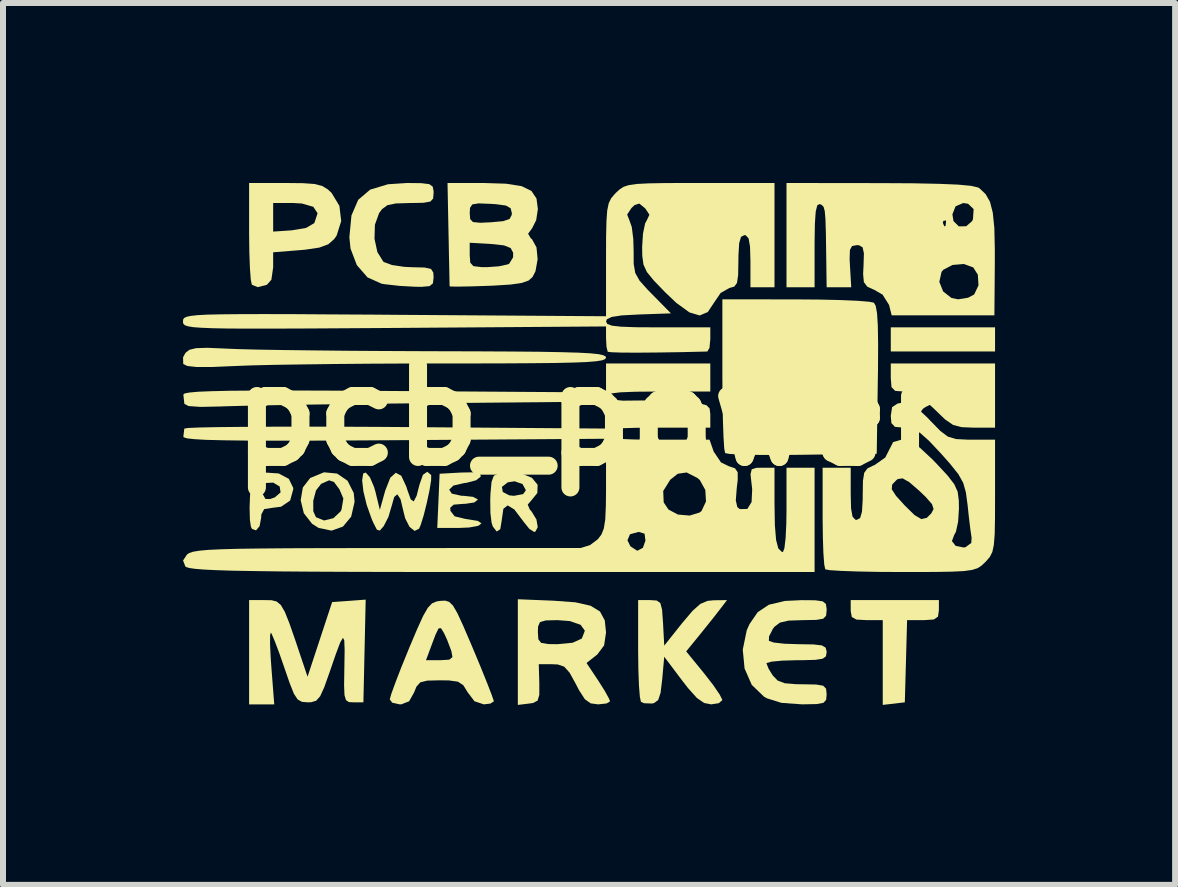
<source format=kicad_pcb>
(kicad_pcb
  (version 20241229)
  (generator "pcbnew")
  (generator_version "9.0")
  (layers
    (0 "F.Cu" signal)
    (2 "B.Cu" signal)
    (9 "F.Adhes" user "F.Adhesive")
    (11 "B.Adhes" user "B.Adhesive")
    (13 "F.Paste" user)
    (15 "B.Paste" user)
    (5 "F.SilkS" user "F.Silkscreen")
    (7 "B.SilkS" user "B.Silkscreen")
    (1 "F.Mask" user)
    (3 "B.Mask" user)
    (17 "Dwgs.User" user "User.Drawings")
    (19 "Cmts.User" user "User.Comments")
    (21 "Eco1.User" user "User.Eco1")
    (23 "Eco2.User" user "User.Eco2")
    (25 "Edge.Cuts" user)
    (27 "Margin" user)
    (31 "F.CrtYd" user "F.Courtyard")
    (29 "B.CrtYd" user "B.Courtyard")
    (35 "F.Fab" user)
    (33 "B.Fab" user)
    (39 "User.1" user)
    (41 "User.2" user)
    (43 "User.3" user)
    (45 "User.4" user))
  (footprint "pcb_power"
    (layer "F.Cu")
    (at 6.784 3.877)
    (property "Reference" "pcb_power" (at 0 0 0) (layer "F.SilkS") (effects (font (size 1.524 1.524) (thickness 0.3))))
    (attr board_only exclude_from_pos_files exclude_from_bom)
    (fp_poly (pts (xy 6.751 -1.069) (xy 5.013 -1.069) (xy 5.013 -1.471) (xy 6.751 -1.471)) (stroke (width 0) (type solid)) (fill yes) (layer "F.SilkS"))
    (fp_poly (pts (xy 6.751 0.201) (xy 6.397 0.201) (xy 6.194 0.193) (xy 6.051 0.155) (xy 5.917 0.063) (xy 5.748 -0.1) (xy 5.554 -0.28) (xy 5.398 -0.373) (xy 5.243 -0.401) (xy 5.233 -0.401) (xy 5.086 -0.412) (xy 5.025 -0.474) (xy 5.013 -0.626) (xy 5.013 -0.635) (xy 5.013 -0.869) (xy 6.751 -0.869)) (stroke (width 0) (type solid)) (fill yes) (layer "F.SilkS"))
    (fp_poly (pts (xy 5.815 3.242) (xy 5.8 3.35) (xy 5.731 3.398) (xy 5.569 3.409) (xy 5.55 3.409) (xy 5.285 3.409) (xy 5.266 4.094) (xy 5.247 4.779) (xy 4.879 4.822) (xy 4.879 3.409) (xy 4.612 3.409) (xy 4.44 3.4) (xy 4.363 3.357) (xy 4.345 3.256) (xy 4.345 3.242) (xy 4.345 3.075) (xy 5.815 3.075)) (stroke (width 0) (type solid)) (fill yes) (layer "F.SilkS"))
    (fp_poly (pts (xy 3.426 -1.937) (xy 3.82 -1.934) (xy 4.171 -1.926) (xy 4.455 -1.914) (xy 4.65 -1.898) (xy 4.731 -1.882) (xy 4.762 -1.829) (xy 4.784 -1.706) (xy 4.797 -1.499) (xy 4.802 -1.193) (xy 4.8 -0.773) (xy 4.797 -0.597) (xy 4.779 0.635) (xy 3.538 0.653) (xy 3.144 0.657) (xy 2.796 0.655) (xy 2.517 0.649) (xy 2.328 0.639) (xy 2.252 0.625) (xy 2.237 0.547) (xy 2.225 0.357) (xy 2.215 0.076) (xy 2.208 -0.274) (xy 2.206 -0.671) (xy 2.206 -0.68) (xy 2.206 -1.938)) (stroke (width 0) (type solid)) (fill yes) (layer "F.SilkS"))
    (fp_poly (pts (xy -4.216 0.966) (xy -4.041 1.086) (xy -3.938 1.29) (xy -3.924 1.437) (xy -3.981 1.685) (xy -4.118 1.85) (xy -4.308 1.917) (xy -4.524 1.872) (xy -4.632 1.804) (xy -4.77 1.627) (xy -4.82 1.42) (xy -4.613 1.42) (xy -4.612 1.595) (xy -4.568 1.693) (xy -4.432 1.748) (xy -4.277 1.71) (xy -4.157 1.597) (xy -4.141 1.562) (xy -4.111 1.382) (xy -4.177 1.228) (xy -4.269 1.105) (xy -4.349 1.079) (xy -4.475 1.134) (xy -4.483 1.139) (xy -4.567 1.247) (xy -4.613 1.42) (xy -4.82 1.42) (xy -4.822 1.41) (xy -4.787 1.199) (xy -4.664 1.04) (xy -4.434 0.945)) (stroke (width 0) (type solid)) (fill yes) (layer "F.SilkS"))
    (fp_poly (pts (xy -1.833 0.967) (xy -1.82 1.016) (xy -1.899 1.078) (xy -2.058 1.12) (xy -2.094 1.124) (xy -2.277 1.166) (xy -2.347 1.235) (xy -2.303 1.301) (xy -2.144 1.336) (xy -2.106 1.337) (xy -1.951 1.354) (xy -1.874 1.395) (xy -1.872 1.404) (xy -1.93 1.448) (xy -2.075 1.47) (xy -2.11 1.471) (xy -2.271 1.484) (xy -2.329 1.534) (xy -2.327 1.587) (xy -2.256 1.679) (xy -2.075 1.723) (xy -2.055 1.725) (xy -1.871 1.755) (xy -1.809 1.796) (xy -1.86 1.836) (xy -2.014 1.865) (xy -2.175 1.872) (xy -2.546 1.872) (xy -2.526 1.42) (xy -2.507 0.969) (xy -2.149 0.949) (xy -1.936 0.945)) (stroke (width 0) (type solid)) (fill yes) (layer "F.SilkS"))
    (fp_poly (pts (xy -5.19 0.964) (xy -5.02 1.054) (xy -4.947 1.204) (xy -4.946 1.226) (xy -4.998 1.416) (xy -5.15 1.519) (xy -5.294 1.537) (xy -5.431 1.559) (xy -5.478 1.646) (xy -5.481 1.701) (xy -5.507 1.842) (xy -5.567 1.913) (xy -5.633 1.889) (xy -5.652 1.852) (xy -5.669 1.736) (xy -5.674 1.537) (xy -5.668 1.363) (xy -5.659 1.221) (xy -5.473 1.221) (xy -5.456 1.307) (xy -5.41 1.389) (xy -5.333 1.391) (xy -5.253 1.363) (xy -5.157 1.28) (xy -5.173 1.181) (xy -5.28 1.117) (xy -5.421 1.124) (xy -5.473 1.221) (xy -5.659 1.221) (xy -5.654 1.143) (xy -5.626 1.023) (xy -5.567 0.971) (xy -5.457 0.951) (xy -5.434 0.948)) (stroke (width 0) (type solid)) (fill yes) (layer "F.SilkS"))
    (fp_poly (pts (xy -4.784 -3.874) (xy -4.59 -3.86) (xy -4.463 -3.827) (xy -4.37 -3.77) (xy -4.308 -3.713) (xy -4.177 -3.496) (xy -4.147 -3.242) (xy -4.223 -3.001) (xy -4.264 -2.942) (xy -4.363 -2.855) (xy -4.513 -2.8) (xy -4.75 -2.765) (xy -4.832 -2.758) (xy -5.281 -2.722) (xy -5.281 -2.471) (xy -5.311 -2.264) (xy -5.386 -2.18) (xy -5.539 -2.141) (xy -5.634 -2.18) (xy -5.637 -2.184) (xy -5.654 -2.264) (xy -5.668 -2.451) (xy -5.678 -2.716) (xy -5.682 -3.034) (xy -5.682 -3.052) (xy -5.682 -3.067) (xy -5.281 -3.067) (xy -4.97 -3.088) (xy -4.733 -3.128) (xy -4.599 -3.206) (xy -4.592 -3.216) (xy -4.541 -3.373) (xy -4.612 -3.48) (xy -4.802 -3.535) (xy -4.944 -3.543) (xy -5.281 -3.543) (xy -5.281 -3.067) (xy -5.682 -3.067) (xy -5.682 -3.877) (xy -5.077 -3.877)) (stroke (width 0) (type solid)) (fill yes) (layer "F.SilkS"))
    (fp_poly (pts (xy -2.812 -3.874) (xy -2.68 -3.858) (xy -2.622 -3.817) (xy -2.607 -3.741) (xy -2.607 -3.71) (xy -2.615 -3.617) (xy -2.662 -3.567) (xy -2.778 -3.547) (xy -2.995 -3.543) (xy -3.006 -3.543) (xy -3.238 -3.536) (xy -3.377 -3.507) (xy -3.467 -3.441) (xy -3.516 -3.374) (xy -3.585 -3.182) (xy -3.592 -2.947) (xy -3.544 -2.725) (xy -3.447 -2.569) (xy -3.434 -2.559) (xy -3.302 -2.51) (xy -3.094 -2.479) (xy -2.962 -2.473) (xy -2.756 -2.468) (xy -2.65 -2.444) (xy -2.612 -2.384) (xy -2.607 -2.306) (xy -2.618 -2.205) (xy -2.674 -2.158) (xy -2.81 -2.146) (xy -2.924 -2.148) (xy -3.175 -2.162) (xy -3.415 -2.189) (xy -3.473 -2.198) (xy -3.708 -2.303) (xy -3.887 -2.509) (xy -3.992 -2.785) (xy -4.011 -2.974) (xy -3.976 -3.336) (xy -3.864 -3.596) (xy -3.665 -3.766) (xy -3.367 -3.856) (xy -3.048 -3.877)) (stroke (width 0) (type solid)) (fill yes) (layer "F.SilkS"))
    (fp_poly (pts (xy -2.647 0.991) (xy -2.648 1.075) (xy -2.675 1.244) (xy -2.72 1.454) (xy -2.772 1.662) (xy -2.823 1.825) (xy -2.849 1.885) (xy -2.923 1.922) (xy -3.008 1.855) (xy -3.081 1.712) (xy -3.109 1.599) (xy -3.158 1.394) (xy -3.212 1.312) (xy -3.264 1.357) (xy -3.302 1.493) (xy -3.36 1.689) (xy -3.439 1.843) (xy -3.503 1.916) (xy -3.552 1.902) (xy -3.612 1.785) (xy -3.637 1.728) (xy -3.722 1.489) (xy -3.777 1.263) (xy -3.798 1.079) (xy -3.781 0.966) (xy -3.738 0.949) (xy -3.669 1.027) (xy -3.599 1.19) (xy -3.575 1.275) (xy -3.503 1.571) (xy -3.413 1.25) (xy -3.329 1.035) (xy -3.237 0.953) (xy -3.146 1.002) (xy -3.061 1.185) (xy -3.045 1.237) (xy -2.988 1.396) (xy -2.939 1.431) (xy -2.89 1.337) (xy -2.843 1.153) (xy -2.785 0.987) (xy -2.712 0.936)) (stroke (width 0) (type solid)) (fill yes) (layer "F.SilkS"))
    (fp_poly (pts (xy -1.146 0.963) (xy -0.968 1.037) (xy -0.873 1.153) (xy -0.878 1.29) (xy -0.971 1.405) (xy -1.038 1.483) (xy -1.005 1.563) (xy -0.971 1.602) (xy -0.893 1.732) (xy -0.871 1.858) (xy -0.91 1.933) (xy -0.934 1.938) (xy -1.012 1.887) (xy -1.111 1.764) (xy -1.117 1.755) (xy -1.262 1.564) (xy -1.373 1.497) (xy -1.444 1.553) (xy -1.47 1.733) (xy -1.471 1.742) (xy -1.496 1.894) (xy -1.555 1.932) (xy -1.62 1.849) (xy -1.641 1.784) (xy -1.66 1.624) (xy -1.663 1.401) (xy -1.659 1.299) (xy -1.649 1.188) (xy -1.468 1.188) (xy -1.454 1.273) (xy -1.346 1.329) (xy -1.27 1.337) (xy -1.115 1.309) (xy -1.069 1.244) (xy -1.125 1.141) (xy -1.256 1.095) (xy -1.37 1.112) (xy -1.468 1.188) (xy -1.649 1.188) (xy -1.641 1.103) (xy -1.604 1.003) (xy -1.518 0.963) (xy -1.39 0.949)) (stroke (width 0) (type solid)) (fill yes) (layer "F.SilkS"))
    (fp_poly (pts (xy 1.111 3.082) (xy 1.172 3.124) (xy 1.201 3.234) (xy 1.216 3.444) (xy 1.217 3.454) (xy 1.237 3.834) (xy 1.537 3.457) (xy 1.709 3.254) (xy 1.838 3.139) (xy 1.958 3.088) (xy 2.061 3.078) (xy 2.284 3.075) (xy 2.161 3.235) (xy 2.045 3.384) (xy 1.891 3.576) (xy 1.821 3.663) (xy 1.603 3.93) (xy 1.905 4.3) (xy 2.054 4.492) (xy 2.161 4.649) (xy 2.206 4.739) (xy 2.206 4.741) (xy 2.148 4.793) (xy 2.02 4.813) (xy 1.902 4.79) (xy 1.782 4.707) (xy 1.634 4.542) (xy 1.536 4.416) (xy 1.237 4.019) (xy 1.203 4.399) (xy 1.176 4.621) (xy 1.136 4.741) (xy 1.068 4.791) (xy 1.033 4.799) (xy 0.9 4.794) (xy 0.849 4.771) (xy 0.831 4.689) (xy 0.816 4.502) (xy 0.806 4.235) (xy 0.802 3.917) (xy 0.802 3.899) (xy 0.802 3.075) (xy 0.999 3.075)) (stroke (width 0) (type solid)) (fill yes) (layer "F.SilkS"))
    (fp_poly (pts (xy -6.093 -1.118) (xy -6.052 -1.116) (xy -5.853 -1.108) (xy -5.539 -1.1) (xy -5.127 -1.093) (xy -4.635 -1.087) (xy -4.08 -1.081) (xy -3.481 -1.077) (xy -2.854 -1.074) (xy -2.59 -1.073) (xy -1.889 -1.071) (xy -1.31 -1.068) (xy -0.842 -1.064) (xy -0.475 -1.057) (xy -0.195 -1.049) (xy 0.006 -1.038) (xy 0.142 -1.024) (xy 0.223 -1.006) (xy 0.261 -0.985) (xy 0.267 -0.968) (xy 0.253 -0.943) (xy 0.203 -0.922) (xy 0.105 -0.906) (xy -0.052 -0.893) (xy -0.28 -0.884) (xy -0.59 -0.877) (xy -0.995 -0.873) (xy -1.505 -0.87) (xy -2.132 -0.869) (xy -2.429 -0.869) (xy -3.055 -0.868) (xy -3.672 -0.865) (xy -4.258 -0.86) (xy -4.795 -0.853) (xy -5.262 -0.846) (xy -5.638 -0.837) (xy -5.903 -0.827) (xy -5.928 -0.826) (xy -6.302 -0.81) (xy -6.558 -0.81) (xy -6.712 -0.827) (xy -6.779 -0.86) (xy -6.78 -0.862) (xy -6.783 -0.972) (xy -6.742 -1.046) (xy -6.677 -1.097) (xy -6.565 -1.124) (xy -6.38 -1.13)) (stroke (width 0) (type solid)) (fill yes) (layer "F.SilkS"))
    (fp_poly (pts (xy -3.777 4.779) (xy -3.942 4.779) (xy -4.019 4.775) (xy -4.067 4.743) (xy -4.092 4.66) (xy -4.099 4.499) (xy -4.095 4.235) (xy -4.094 4.178) (xy -4.09 3.905) (xy -4.096 3.746) (xy -4.118 3.704) (xy -4.163 3.78) (xy -4.238 3.979) (xy -4.341 4.278) (xy -4.43 4.529) (xy -4.498 4.678) (xy -4.564 4.752) (xy -4.647 4.777) (xy -4.706 4.779) (xy -4.802 4.771) (xy -4.873 4.731) (xy -4.936 4.635) (xy -5.007 4.456) (xy -5.089 4.218) (xy -5.178 3.962) (xy -5.255 3.758) (xy -5.307 3.636) (xy -5.319 3.616) (xy -5.332 3.66) (xy -5.333 3.81) (xy -5.322 4.039) (xy -5.311 4.194) (xy -5.263 4.813) (xy -5.682 4.813) (xy -5.682 3.075) (xy -5.42 3.075) (xy -5.308 3.077) (xy -5.224 3.098) (xy -5.154 3.156) (xy -5.087 3.27) (xy -5.011 3.46) (xy -4.912 3.744) (xy -4.827 3.998) (xy -4.708 4.352) (xy -4.503 3.73) (xy -4.298 3.108) (xy -4.018 3.088) (xy -3.739 3.067)) (stroke (width 0) (type solid)) (fill yes) (layer "F.SilkS"))
    (fp_poly (pts (xy -0.609 3.085) (xy -0.243 3.112) (xy 0.009 3.169) (xy 0.166 3.265) (xy 0.246 3.413) (xy 0.267 3.615) (xy 0.235 3.83) (xy 0.123 3.98) (xy 0.105 3.995) (xy -0.058 4.123) (xy 0.138 4.418) (xy 0.248 4.592) (xy 0.319 4.722) (xy 0.334 4.763) (xy 0.276 4.798) (xy 0.136 4.813) (xy 0.135 4.813) (xy 0.01 4.796) (xy -0.086 4.727) (xy -0.184 4.575) (xy -0.234 4.478) (xy -0.34 4.285) (xy -0.43 4.185) (xy -0.537 4.148) (xy -0.629 4.144) (xy -0.854 4.144) (xy -0.845 4.462) (xy -0.845 4.654) (xy -0.874 4.751) (xy -0.95 4.79) (xy -1.019 4.8) (xy -1.203 4.822) (xy -1.203 3.609) (xy -0.869 3.609) (xy -0.861 3.729) (xy -0.815 3.788) (xy -0.696 3.808) (xy -0.543 3.81) (xy -0.291 3.786) (xy -0.142 3.719) (xy -0.134 3.71) (xy -0.086 3.585) (xy -0.157 3.487) (xy -0.334 3.425) (xy -0.543 3.409) (xy -0.738 3.414) (xy -0.834 3.442) (xy -0.866 3.516) (xy -0.869 3.609) (xy -1.203 3.609) (xy -1.203 3.061)) (stroke (width 0) (type solid)) (fill yes) (layer "F.SilkS"))
    (fp_poly (pts (xy -2.347 3.105) (xy -2.283 3.168) (xy -2.21 3.294) (xy -2.115 3.5) (xy -1.983 3.807) (xy -1.948 3.89) (xy -1.82 4.197) (xy -1.714 4.46) (xy -1.639 4.654) (xy -1.604 4.755) (xy -1.603 4.763) (xy -1.661 4.8) (xy -1.77 4.813) (xy -1.926 4.761) (xy -2.039 4.612) (xy -2.111 4.495) (xy -2.201 4.435) (xy -2.351 4.414) (xy -2.502 4.412) (xy -2.712 4.417) (xy -2.829 4.446) (xy -2.893 4.518) (xy -2.931 4.612) (xy -3.015 4.762) (xy -3.144 4.812) (xy -3.172 4.813) (xy -3.297 4.785) (xy -3.338 4.729) (xy -3.312 4.638) (xy -3.244 4.451) (xy -3.145 4.194) (xy -3.097 4.077) (xy -2.734 4.077) (xy -2.499 4.077) (xy -2.345 4.068) (xy -2.293 4.025) (xy -2.31 3.927) (xy -2.38 3.742) (xy -2.433 3.626) (xy -2.483 3.544) (xy -2.523 3.546) (xy -2.573 3.647) (xy -2.622 3.776) (xy -2.734 4.077) (xy -3.097 4.077) (xy -3.023 3.895) (xy -3.016 3.877) (xy -2.88 3.556) (xy -2.781 3.338) (xy -2.703 3.203) (xy -2.634 3.13) (xy -2.559 3.098) (xy -2.496 3.088) (xy -2.413 3.084)) (stroke (width 0) (type solid)) (fill yes) (layer "F.SilkS"))
    (fp_poly (pts (xy 3.754 3.078) (xy 3.879 3.096) (xy 3.932 3.14) (xy 3.944 3.224) (xy 3.944 3.242) (xy 3.935 3.335) (xy 3.888 3.385) (xy 3.772 3.405) (xy 3.554 3.409) (xy 3.546 3.409) (xy 3.309 3.417) (xy 3.166 3.45) (xy 3.075 3.519) (xy 3.048 3.554) (xy 2.984 3.68) (xy 2.981 3.754) (xy 3.061 3.782) (xy 3.236 3.802) (xy 3.471 3.81) (xy 3.48 3.81) (xy 3.724 3.814) (xy 3.864 3.83) (xy 3.928 3.868) (xy 3.944 3.935) (xy 3.944 3.944) (xy 3.932 4.012) (xy 3.878 4.052) (xy 3.754 4.071) (xy 3.533 4.077) (xy 3.442 4.077) (xy 3.203 4.084) (xy 3.025 4.101) (xy 2.943 4.124) (xy 2.941 4.129) (xy 2.976 4.218) (xy 3.045 4.33) (xy 3.127 4.416) (xy 3.245 4.461) (xy 3.439 4.477) (xy 3.546 4.478) (xy 3.767 4.482) (xy 3.886 4.502) (xy 3.934 4.551) (xy 3.944 4.642) (xy 3.944 4.646) (xy 3.936 4.737) (xy 3.891 4.787) (xy 3.779 4.808) (xy 3.569 4.812) (xy 3.526 4.812) (xy 3.191 4.788) (xy 2.948 4.712) (xy 2.9 4.685) (xy 2.696 4.488) (xy 2.576 4.215) (xy 2.546 3.901) (xy 2.612 3.579) (xy 2.657 3.477) (xy 2.794 3.277) (xy 2.982 3.152) (xy 3.248 3.089) (xy 3.526 3.076)) (stroke (width 0) (type solid)) (fill yes) (layer "F.SilkS"))
    (fp_poly (pts (xy -1.397 -3.865) (xy -1.139 -3.824) (xy -0.976 -3.744) (xy -0.892 -3.618) (xy -0.869 -3.443) (xy -0.897 -3.258) (xy -0.965 -3.122) (xy -0.967 -3.12) (xy -1.032 -3.031) (xy -0.989 -2.958) (xy -0.967 -2.94) (xy -0.892 -2.804) (xy -0.873 -2.606) (xy -0.909 -2.406) (xy -0.958 -2.31) (xy -1.024 -2.251) (xy -1.138 -2.211) (xy -1.327 -2.184) (xy -1.616 -2.166) (xy -1.693 -2.163) (xy -1.969 -2.154) (xy -2.186 -2.15) (xy -2.316 -2.151) (xy -2.34 -2.155) (xy -2.342 -2.224) (xy -2.345 -2.402) (xy -2.351 -2.661) (xy -2.355 -2.881) (xy -2.005 -2.881) (xy -2.005 -2.677) (xy -1.996 -2.549) (xy -1.944 -2.491) (xy -1.81 -2.475) (xy -1.721 -2.474) (xy -1.522 -2.488) (xy -1.373 -2.52) (xy -1.347 -2.532) (xy -1.282 -2.638) (xy -1.281 -2.715) (xy -1.323 -2.793) (xy -1.433 -2.837) (xy -1.643 -2.86) (xy -1.655 -2.861) (xy -2.005 -2.881) (xy -2.355 -2.881) (xy -2.357 -2.977) (xy -2.358 -3.025) (xy -2.365 -3.376) (xy -2.005 -3.376) (xy -1.997 -3.275) (xy -1.951 -3.226) (xy -1.832 -3.214) (xy -1.654 -3.222) (xy -1.447 -3.241) (xy -1.341 -3.277) (xy -1.305 -3.344) (xy -1.303 -3.376) (xy -1.323 -3.456) (xy -1.401 -3.501) (xy -1.571 -3.524) (xy -1.654 -3.529) (xy -1.858 -3.537) (xy -1.962 -3.52) (xy -2 -3.463) (xy -2.005 -3.376) (xy -2.365 -3.376) (xy -2.375 -3.877) (xy -1.77 -3.877)) (stroke (width 0) (type solid)) (fill yes) (layer "F.SilkS"))
    (fp_poly (pts (xy 4.829 -3.875) (xy 5.385 -3.872) (xy 5.816 -3.863) (xy 6.134 -3.85) (xy 6.347 -3.83) (xy 6.466 -3.803) (xy 6.489 -3.791) (xy 6.594 -3.691) (xy 6.667 -3.563) (xy 6.713 -3.382) (xy 6.739 -3.127) (xy 6.747 -2.773) (xy 6.747 -2.542) (xy 6.74 -1.671) (xy 5.028 -1.671) (xy 4.984 -1.845) (xy 4.876 -2.016) (xy 4.74 -2.095) (xy 4.621 -2.149) (xy 4.565 -2.224) (xy 4.564 -2.229) (xy 5.822 -2.229) (xy 5.886 -2.069) (xy 6.024 -1.961) (xy 6.135 -1.938) (xy 6.302 -1.965) (xy 6.403 -2.019) (xy 6.475 -2.171) (xy 6.464 -2.349) (xy 6.387 -2.47) (xy 6.231 -2.527) (xy 6.043 -2.511) (xy 5.889 -2.431) (xy 5.859 -2.395) (xy 5.822 -2.229) (xy 4.564 -2.229) (xy 4.552 -2.36) (xy 4.559 -2.506) (xy 4.565 -2.705) (xy 4.543 -2.805) (xy 4.484 -2.839) (xy 4.445 -2.841) (xy 4.368 -2.826) (xy 4.332 -2.761) (xy 4.327 -2.613) (xy 4.333 -2.49) (xy 4.354 -2.139) (xy 3.944 -2.139) (xy 3.936 -2.724) (xy 3.931 -3.054) (xy 3.926 -3.208) (xy 5.882 -3.208) (xy 5.907 -3.153) (xy 5.927 -3.164) (xy 5.935 -3.243) (xy 5.927 -3.253) (xy 5.887 -3.244) (xy 5.882 -3.208) (xy 3.926 -3.208) (xy 3.924 -3.274) (xy 3.917 -3.355) (xy 6.04 -3.355) (xy 6.058 -3.242) (xy 6.147 -3.154) (xy 6.27 -3.156) (xy 6.369 -3.242) (xy 6.383 -3.275) (xy 6.394 -3.442) (xy 6.301 -3.531) (xy 6.22 -3.543) (xy 6.093 -3.488) (xy 6.04 -3.355) (xy 3.917 -3.355) (xy 3.913 -3.407) (xy 3.893 -3.479) (xy 3.862 -3.511) (xy 3.827 -3.526) (xy 3.788 -3.505) (xy 3.762 -3.402) (xy 3.748 -3.199) (xy 3.743 -2.881) (xy 3.743 -2.846) (xy 3.743 -2.139) (xy 3.275 -2.139) (xy 3.275 -3.877)) (stroke (width 0) (type solid)) (fill yes) (layer "F.SilkS"))
    (fp_poly (pts (xy 5.319 -0.203) (xy 5.451 -0.128) (xy 5.622 0.032) (xy 5.671 0.084) (xy 5.838 0.255) (xy 5.964 0.35) (xy 6.1 0.391) (xy 6.294 0.401) (xy 6.359 0.401) (xy 6.751 0.401) (xy 6.751 1.34) (xy 6.75 1.713) (xy 6.745 1.976) (xy 6.731 2.154) (xy 6.706 2.272) (xy 6.665 2.354) (xy 6.605 2.424) (xy 6.587 2.443) (xy 6.525 2.501) (xy 6.46 2.543) (xy 6.37 2.572) (xy 6.235 2.591) (xy 6.034 2.601) (xy 5.748 2.606) (xy 5.355 2.607) (xy 5.194 2.607) (xy 4.802 2.605) (xy 4.457 2.598) (xy 4.18 2.588) (xy 3.994 2.576) (xy 3.921 2.562) (xy 3.904 2.482) (xy 3.89 2.295) (xy 3.881 2.029) (xy 3.877 1.712) (xy 3.877 1.693) (xy 3.877 0.869) (xy 4.345 0.869) (xy 4.345 1.303) (xy 4.351 1.547) (xy 4.375 1.683) (xy 4.422 1.735) (xy 4.445 1.738) (xy 4.502 1.708) (xy 4.533 1.602) (xy 4.545 1.395) (xy 4.545 1.318) (xy 4.547 1.227) (xy 5.029 1.227) (xy 5.1 1.337) (xy 5.243 1.495) (xy 5.409 1.658) (xy 5.523 1.725) (xy 5.613 1.704) (xy 5.688 1.63) (xy 5.726 1.558) (xy 5.7 1.476) (xy 5.595 1.356) (xy 5.492 1.257) (xy 5.321 1.109) (xy 5.21 1.046) (xy 5.132 1.057) (xy 5.11 1.072) (xy 5.036 1.149) (xy 5.029 1.227) (xy 4.547 1.227) (xy 4.549 1.087) (xy 4.57 0.954) (xy 4.623 0.881) (xy 4.722 0.832) (xy 4.743 0.824) (xy 4.921 0.699) (xy 4.984 0.575) (xy 5.052 0.442) (xy 5.191 0.401) (xy 5.211 0.401) (xy 5.341 0.432) (xy 5.498 0.535) (xy 5.704 0.727) (xy 5.772 0.797) (xy 5.959 0.998) (xy 6.071 1.143) (xy 6.128 1.269) (xy 6.147 1.415) (xy 6.149 1.552) (xy 6.135 1.77) (xy 6.099 1.936) (xy 6.069 1.992) (xy 6.032 2.092) (xy 6.095 2.172) (xy 6.225 2.198) (xy 6.259 2.193) (xy 6.355 2.122) (xy 6.36 2.036) (xy 6.34 1.901) (xy 6.314 1.685) (xy 6.293 1.489) (xy 6.265 1.28) (xy 6.221 1.123) (xy 6.14 0.977) (xy 6.001 0.803) (xy 5.854 0.637) (xy 5.65 0.42) (xy 5.501 0.288) (xy 5.38 0.222) (xy 5.26 0.201) (xy 5.235 0.201) (xy 5.083 0.188) (xy 5.023 0.125) (xy 5.013 0.004) (xy 5.035 -0.141) (xy 5.126 -0.201) (xy 5.194 -0.213)) (stroke (width 0) (type solid)) (fill yes) (layer "F.SilkS"))
    (fp_poly (pts (xy 3.075 -2.139) (xy 2.674 -2.139) (xy 2.674 -2.573) (xy 2.667 -2.817) (xy 2.643 -2.953) (xy 2.596 -3.005) (xy 2.573 -3.008) (xy 2.517 -2.979) (xy 2.486 -2.874) (xy 2.474 -2.67) (xy 2.473 -2.578) (xy 2.469 -2.344) (xy 2.45 -2.212) (xy 2.405 -2.15) (xy 2.324 -2.127) (xy 2.323 -2.127) (xy 2.177 -2.044) (xy 2.072 -1.89) (xy 1.963 -1.726) (xy 1.828 -1.669) (xy 1.657 -1.72) (xy 1.436 -1.881) (xy 1.251 -2.057) (xy 1.062 -2.253) (xy 0.948 -2.393) (xy 0.891 -2.517) (xy 0.871 -2.661) (xy 0.869 -2.813) (xy 0.883 -3.033) (xy 0.918 -3.202) (xy 0.95 -3.262) (xy 0.99 -3.348) (xy 0.923 -3.45) (xy 0.916 -3.457) (xy 0.821 -3.534) (xy 0.744 -3.51) (xy 0.691 -3.46) (xy 0.619 -3.351) (xy 0.656 -3.257) (xy 0.696 -3.144) (xy 0.721 -2.945) (xy 0.727 -2.753) (xy 0.728 -2.528) (xy 0.754 -2.377) (xy 0.826 -2.249) (xy 0.964 -2.095) (xy 1.035 -2.023) (xy 1.349 -1.704) (xy 0.808 -1.685) (xy 0.528 -1.67) (xy 0.359 -1.644) (xy 0.281 -1.605) (xy 0.267 -1.568) (xy 0.289 -1.527) (xy 0.365 -1.499) (xy 0.516 -1.482) (xy 0.761 -1.473) (xy 1.12 -1.471) (xy 1.136 -1.471) (xy 2.005 -1.471) (xy 2.005 -1.27) (xy 1.991 -1.129) (xy 1.956 -1.068) (xy 1.955 -1.068) (xy 1.536 -1.058) (xy 1.145 -1.052) (xy 0.804 -1.049) (xy 0.534 -1.05) (xy 0.357 -1.056) (xy 0.295 -1.064) (xy 0.275 -1.144) (xy 0.267 -1.289) (xy 0.267 -1.486) (xy -3.259 -1.461) (xy -4.034 -1.456) (xy -4.687 -1.452) (xy -5.227 -1.45) (xy -5.666 -1.45) (xy -6.013 -1.451) (xy -6.28 -1.456) (xy -6.477 -1.464) (xy -6.615 -1.474) (xy -6.703 -1.489) (xy -6.754 -1.507) (xy -6.778 -1.53) (xy -6.784 -1.557) (xy -6.784 -1.571) (xy -6.782 -1.6) (xy -6.767 -1.625) (xy -6.73 -1.645) (xy -6.66 -1.661) (xy -6.545 -1.674) (xy -6.377 -1.683) (xy -6.142 -1.688) (xy -5.833 -1.691) (xy -5.436 -1.692) (xy -4.943 -1.691) (xy -4.342 -1.687) (xy -3.623 -1.683) (xy -3.259 -1.68) (xy 0.267 -1.656) (xy 0.267 -2.602) (xy 0.268 -2.977) (xy 0.274 -3.242) (xy 0.287 -3.421) (xy 0.312 -3.54) (xy 0.352 -3.622) (xy 0.411 -3.692) (xy 0.431 -3.713) (xy 0.493 -3.77) (xy 0.558 -3.813) (xy 0.648 -3.842) (xy 0.782 -3.861) (xy 0.981 -3.871) (xy 1.266 -3.876) (xy 1.656 -3.877) (xy 1.835 -3.877) (xy 3.075 -3.877)) (stroke (width 0) (type solid)) (fill yes) (layer "F.SilkS"))
    (fp_poly (pts (xy 2.005 -0.401) (xy 1.131 -0.401) (xy 0.758 -0.398) (xy 0.504 -0.388) (xy 0.352 -0.369) (xy 0.288 -0.34) (xy 0.284 -0.318) (xy 0.359 -0.268) (xy 0.546 -0.249) (xy 0.741 -0.251) (xy 1.059 -0.254) (xy 1.406 -0.243) (xy 1.587 -0.229) (xy 1.815 -0.205) (xy 1.94 -0.174) (xy 1.993 -0.12) (xy 2.005 -0.025) (xy 2.005 0.005) (xy 2.005 0.201) (xy 1.136 0.201) (xy 0.774 0.203) (xy 0.526 0.211) (xy 0.372 0.227) (xy 0.293 0.255) (xy 0.268 0.294) (xy 0.267 0.301) (xy 0.287 0.343) (xy 0.358 0.371) (xy 0.502 0.389) (xy 0.737 0.398) (xy 1.084 0.401) (xy 1.13 0.401) (xy 1.992 0.401) (xy 2.061 0.599) (xy 2.183 0.78) (xy 2.309 0.842) (xy 2.416 0.878) (xy 2.461 0.943) (xy 2.462 1.074) (xy 2.446 1.205) (xy 2.43 1.414) (xy 2.455 1.525) (xy 2.497 1.558) (xy 2.622 1.556) (xy 2.693 1.441) (xy 2.703 1.225) (xy 2.695 1.159) (xy 2.675 0.979) (xy 2.695 0.895) (xy 2.776 0.87) (xy 2.865 0.869) (xy 3.075 0.869) (xy 3.075 1.465) (xy 3.081 1.826) (xy 3.101 2.07) (xy 3.138 2.213) (xy 3.195 2.27) (xy 3.216 2.273) (xy 3.24 2.21) (xy 3.26 2.042) (xy 3.272 1.795) (xy 3.275 1.571) (xy 3.275 0.869) (xy 3.743 0.869) (xy 3.743 2.607) (xy -1.462 2.607) (xy -2.44 2.607) (xy -3.291 2.606) (xy -4.026 2.604) (xy -4.652 2.601) (xy -5.177 2.597) (xy -5.61 2.591) (xy -5.959 2.585) (xy -6.232 2.576) (xy -6.437 2.566) (xy -6.584 2.554) (xy -6.679 2.54) (xy -6.731 2.524) (xy -6.745 2.514) (xy -6.783 2.415) (xy -6.716 2.314) (xy -6.68 2.29) (xy -6.616 2.269) (xy -6.514 2.252) (xy -6.363 2.238) (xy -6.15 2.228) (xy -5.865 2.22) (xy -5.497 2.215) (xy -5.034 2.211) (xy -4.464 2.209) (xy -3.777 2.208) (xy -3.456 2.208) (xy -2.814 2.208) (xy -2.21 2.207) (xy -1.658 2.207) (xy -1.171 2.207) (xy -0.763 2.207) (xy -0.447 2.207) (xy -0.239 2.207) (xy -0.153 2.206) (xy -0.001 2.159) (xy 0.106 2.079) (xy 0.624 2.079) (xy 0.673 2.178) (xy 0.788 2.253) (xy 0.881 2.204) (xy 0.924 2.084) (xy 0.909 1.968) (xy 0.811 1.938) (xy 0.666 1.978) (xy 0.624 2.079) (xy 0.106 2.079) (xy 0.131 2.06) (xy 0.191 1.981) (xy 0.23 1.881) (xy 0.254 1.732) (xy 0.264 1.506) (xy 0.267 1.257) (xy 1.22 1.257) (xy 1.228 1.447) (xy 1.308 1.566) (xy 1.465 1.649) (xy 1.66 1.666) (xy 1.828 1.615) (xy 1.858 1.591) (xy 1.933 1.432) (xy 1.922 1.24) (xy 1.83 1.074) (xy 1.79 1.04) (xy 1.611 0.948) (xy 1.463 0.969) (xy 1.337 1.069) (xy 1.22 1.257) (xy 0.267 1.257) (xy 0.267 1.176) (xy 0.267 1.15) (xy 0.267 0.386) (xy -3.259 0.41) (xy -4.064 0.415) (xy -4.746 0.418) (xy -5.311 0.418) (xy -5.769 0.416) (xy -6.13 0.411) (xy -6.401 0.404) (xy -6.592 0.393) (xy -6.712 0.38) (xy -6.769 0.363) (xy -6.778 0.351) (xy -6.764 0.233) (xy -6.761 0.216) (xy -6.694 0.206) (xy -6.506 0.198) (xy -6.209 0.192) (xy -5.816 0.188) (xy -5.339 0.185) (xy -4.789 0.184) (xy -4.181 0.185) (xy -3.526 0.188) (xy -3.242 0.19) (xy 0.267 0.216) (xy 0.267 -0.009) (xy 0.267 -0.234) (xy -2.657 -0.207) (xy -3.295 -0.201) (xy -3.912 -0.193) (xy -4.492 -0.186) (xy -5.016 -0.178) (xy -5.467 -0.17) (xy -5.829 -0.162) (xy -6.083 -0.155) (xy -6.166 -0.152) (xy -6.492 -0.145) (xy -6.691 -0.159) (xy -6.761 -0.196) (xy -6.776 -0.33) (xy -6.778 -0.351) (xy -6.754 -0.37) (xy -6.673 -0.385) (xy -6.527 -0.398) (xy -6.306 -0.407) (xy -6.001 -0.414) (xy -5.604 -0.417) (xy -5.105 -0.418) (xy -4.496 -0.417) (xy -3.768 -0.413) (xy -3.259 -0.41) (xy 0.267 -0.386) (xy 0.267 -0.869) (xy 2.005 -0.869)) (stroke (width 0) (type solid)) (fill yes) (layer "F.SilkS")))
  (gr_rect
    (start -3 -3)
    (end 16.536 11.698)
    (stroke (width 0.1) (type default))
    (fill no)
    (layer "Edge.Cuts")))
</source>
